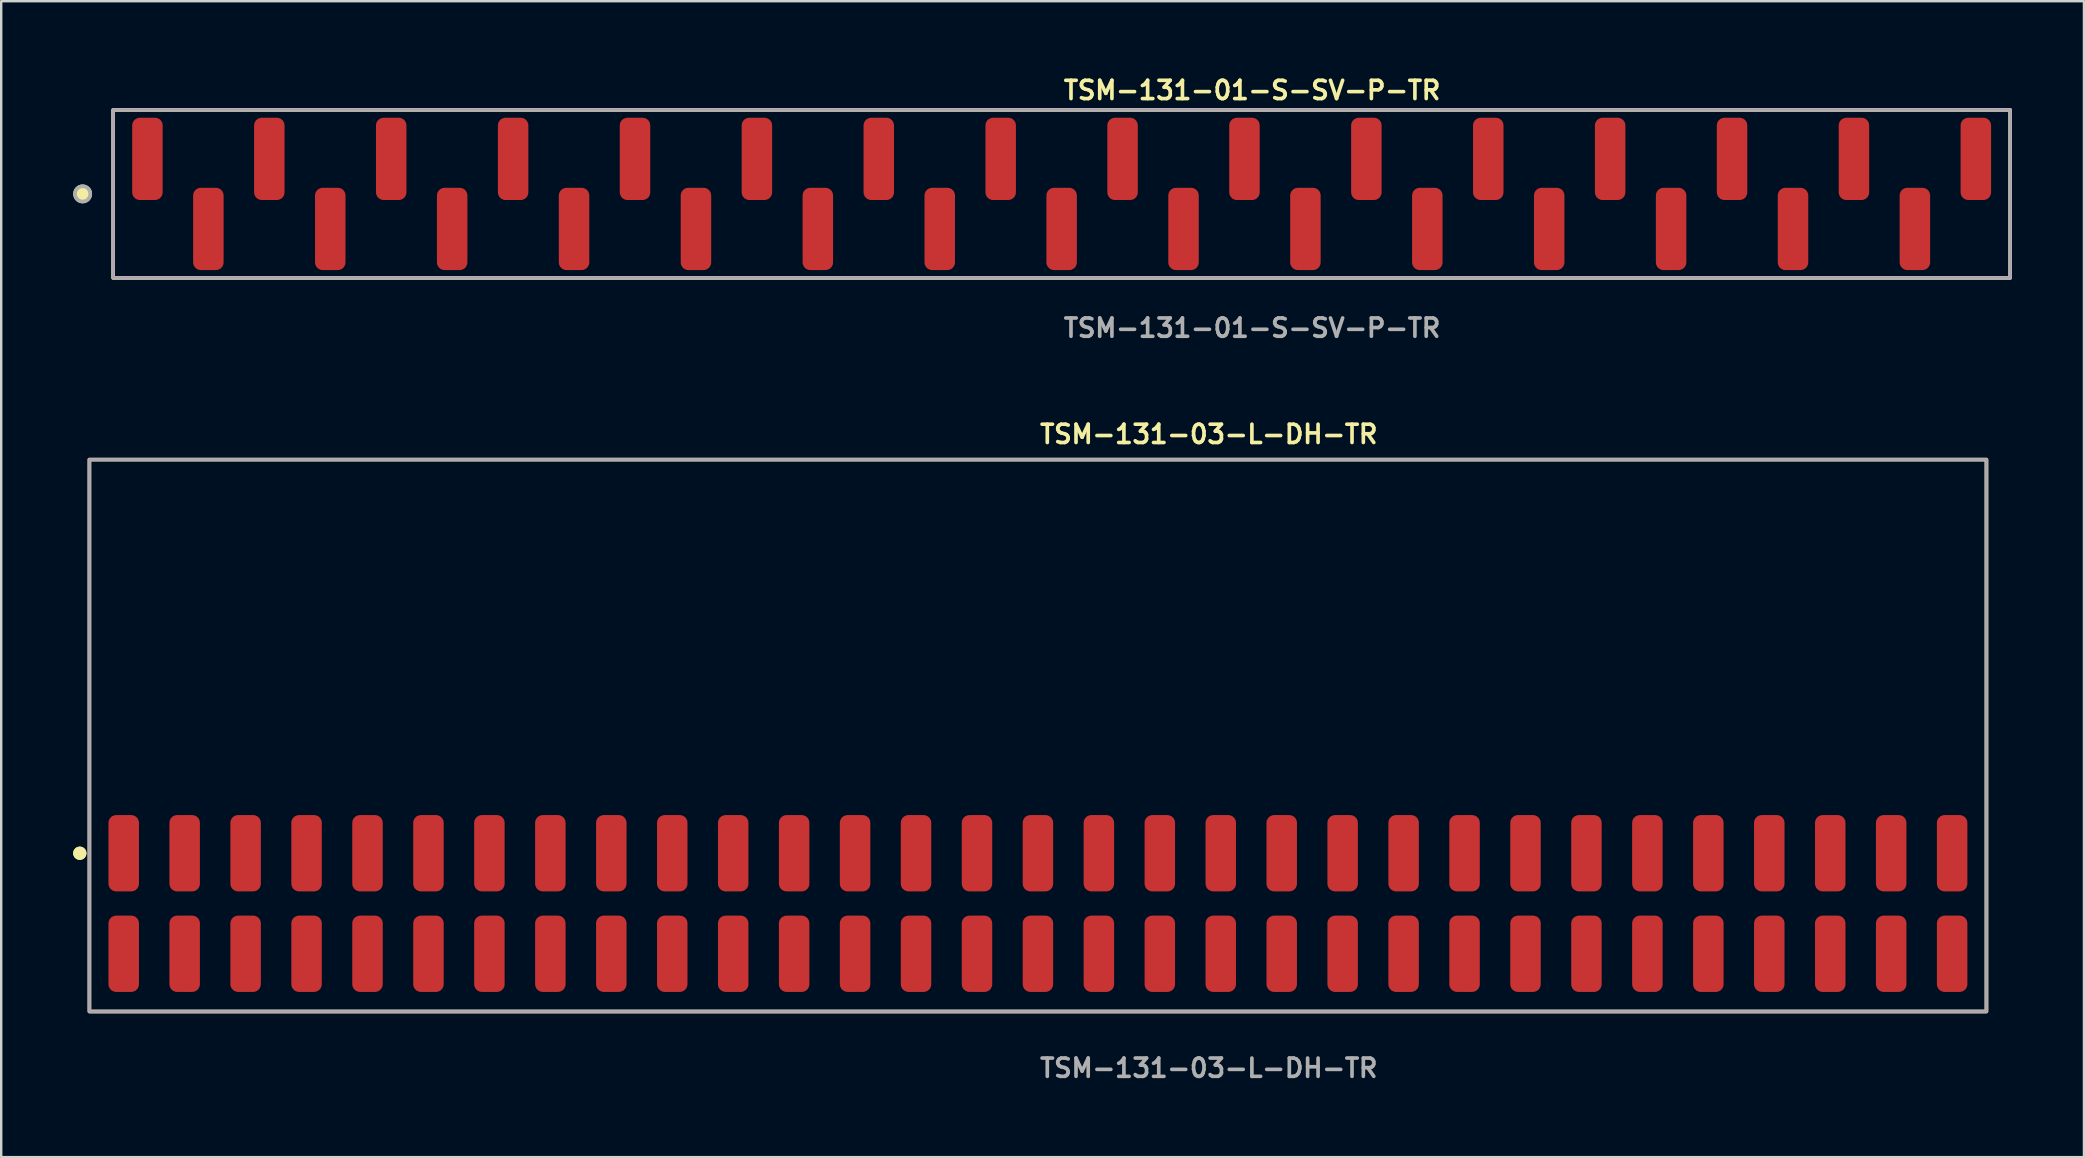
<source format=kicad_pcb>
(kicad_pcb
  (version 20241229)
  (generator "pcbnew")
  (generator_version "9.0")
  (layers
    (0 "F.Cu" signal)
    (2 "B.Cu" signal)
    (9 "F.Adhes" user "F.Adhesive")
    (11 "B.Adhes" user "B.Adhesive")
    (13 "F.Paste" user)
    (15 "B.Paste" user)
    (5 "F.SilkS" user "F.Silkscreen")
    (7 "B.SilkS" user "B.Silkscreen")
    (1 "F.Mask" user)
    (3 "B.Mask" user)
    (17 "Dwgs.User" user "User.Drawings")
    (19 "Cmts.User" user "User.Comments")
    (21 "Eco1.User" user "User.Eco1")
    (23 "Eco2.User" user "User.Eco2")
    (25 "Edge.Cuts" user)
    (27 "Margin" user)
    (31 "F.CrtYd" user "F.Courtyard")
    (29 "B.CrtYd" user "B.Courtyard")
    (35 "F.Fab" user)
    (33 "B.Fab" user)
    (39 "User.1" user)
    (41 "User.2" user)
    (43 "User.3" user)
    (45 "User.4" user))
  (footprint "TSM-131-01-S-SV-P-TR"
    (layer "F.Cu")
    (at 41.194 5.031)
    (property "Reference" "TSM-131-01-S-SV-P-TR" (at 0 -4.318 0) (unlocked yes) (layer "F.SilkS") (effects (font (size 0.762 0.762) (thickness 0.152)) (justify left)))
    (fp_rect (start -39.53 3.5) (end 39.53 -3.5) (stroke (width 0.152) (type solid)) (fill no) (layer "F.SilkS"))
    (fp_circle (center -40.8 0) (end -41.117 0) (stroke (width 0.152) (type solid)) (fill yes) (layer "F.SilkS"))
    (fp_rect (start -39.53 3.5) (end 39.53 -3.5) (stroke (width 0.006) (type solid)) (fill no) (layer "F.CrtYd"))
    (fp_rect (start -39.53 3.5) (end 39.53 -3.5) (stroke (width 0.152) (type solid)) (fill no) (layer "F.Fab"))
    (fp_circle (center -40.8 0) (end -41.117 0) (stroke (width 0.152) (type solid)) (fill no) (layer "F.Fab"))
    (fp_text user "${REFERENCE}" (at 0 5.588 0) (unlocked yes) (layer "F.Fab") (effects (font (size 0.762 0.762) (thickness 0.152)) (justify left)))
    (pad "1" smd roundrect (at -38.1 -1.46) (size 1.27 3.43) (layers "F.Cu" "F.Paste") (roundrect_rratio 0.25))
    (pad "2" smd roundrect (at -35.56 1.46) (size 1.27 3.43) (layers "F.Cu" "F.Paste") (roundrect_rratio 0.25))
    (pad "3" smd roundrect (at -33.02 -1.46) (size 1.27 3.43) (layers "F.Cu" "F.Paste") (roundrect_rratio 0.25))
    (pad "4" smd roundrect (at -30.48 1.46) (size 1.27 3.43) (layers "F.Cu" "F.Paste") (roundrect_rratio 0.25))
    (pad "5" smd roundrect (at -27.94 -1.46) (size 1.27 3.43) (layers "F.Cu" "F.Paste") (roundrect_rratio 0.25))
    (pad "6" smd roundrect (at -25.4 1.46) (size 1.27 3.43) (layers "F.Cu" "F.Paste") (roundrect_rratio 0.25))
    (pad "7" smd roundrect (at -22.86 -1.46) (size 1.27 3.43) (layers "F.Cu" "F.Paste") (roundrect_rratio 0.25))
    (pad "8" smd roundrect (at -20.32 1.46) (size 1.27 3.43) (layers "F.Cu" "F.Paste") (roundrect_rratio 0.25))
    (pad "9" smd roundrect (at -17.78 -1.46) (size 1.27 3.43) (layers "F.Cu" "F.Paste") (roundrect_rratio 0.25))
    (pad "10" smd roundrect (at -15.24 1.46) (size 1.27 3.43) (layers "F.Cu" "F.Paste") (roundrect_rratio 0.25))
    (pad "11" smd roundrect (at -12.7 -1.46) (size 1.27 3.43) (layers "F.Cu" "F.Paste") (roundrect_rratio 0.25))
    (pad "12" smd roundrect (at -10.16 1.46) (size 1.27 3.43) (layers "F.Cu" "F.Paste") (roundrect_rratio 0.25))
    (pad "13" smd roundrect (at -7.62 -1.46) (size 1.27 3.43) (layers "F.Cu" "F.Paste") (roundrect_rratio 0.25))
    (pad "14" smd roundrect (at -5.08 1.46) (size 1.27 3.43) (layers "F.Cu" "F.Paste") (roundrect_rratio 0.25))
    (pad "15" smd roundrect (at -2.54 -1.46) (size 1.27 3.43) (layers "F.Cu" "F.Paste") (roundrect_rratio 0.25))
    (pad "16" smd roundrect (at 0 1.46) (size 1.27 3.43) (layers "F.Cu" "F.Paste") (roundrect_rratio 0.25))
    (pad "17" smd roundrect (at 2.54 -1.46) (size 1.27 3.43) (layers "F.Cu" "F.Paste") (roundrect_rratio 0.25))
    (pad "18" smd roundrect (at 5.08 1.46) (size 1.27 3.43) (layers "F.Cu" "F.Paste") (roundrect_rratio 0.25))
    (pad "19" smd roundrect (at 7.62 -1.46) (size 1.27 3.43) (layers "F.Cu" "F.Paste") (roundrect_rratio 0.25))
    (pad "20" smd roundrect (at 10.16 1.46) (size 1.27 3.43) (layers "F.Cu" "F.Paste") (roundrect_rratio 0.25))
    (pad "21" smd roundrect (at 12.7 -1.46) (size 1.27 3.43) (layers "F.Cu" "F.Paste") (roundrect_rratio 0.25))
    (pad "22" smd roundrect (at 15.24 1.46) (size 1.27 3.43) (layers "F.Cu" "F.Paste") (roundrect_rratio 0.25))
    (pad "23" smd roundrect (at 17.78 -1.46) (size 1.27 3.43) (layers "F.Cu" "F.Paste") (roundrect_rratio 0.25))
    (pad "24" smd roundrect (at 20.32 1.46) (size 1.27 3.43) (layers "F.Cu" "F.Paste") (roundrect_rratio 0.25))
    (pad "25" smd roundrect (at 22.86 -1.46) (size 1.27 3.43) (layers "F.Cu" "F.Paste") (roundrect_rratio 0.25))
    (pad "26" smd roundrect (at 25.4 1.46) (size 1.27 3.43) (layers "F.Cu" "F.Paste") (roundrect_rratio 0.25))
    (pad "27" smd roundrect (at 27.94 -1.46) (size 1.27 3.43) (layers "F.Cu" "F.Paste") (roundrect_rratio 0.25))
    (pad "28" smd roundrect (at 30.48 1.46) (size 1.27 3.43) (layers "F.Cu" "F.Paste") (roundrect_rratio 0.25))
    (pad "29" smd roundrect (at 33.02 -1.46) (size 1.27 3.43) (layers "F.Cu" "F.Paste") (roundrect_rratio 0.25))
    (pad "30" smd roundrect (at 35.56 1.46) (size 1.27 3.43) (layers "F.Cu" "F.Paste") (roundrect_rratio 0.25))
    (pad "31" smd roundrect (at 38.1 -1.46) (size 1.27 3.43) (layers "F.Cu" "F.Paste") (roundrect_rratio 0.25)))
  (footprint "TSM-131-03-L-DH-TR"
    (layer "F.Cu")
    (at 40.206 34.604)
    (property "Reference" "TSM-131-03-L-DH-TR" (at 0 -19.558 0) (unlocked yes) (layer "F.SilkS") (effects (font (size 0.762 0.762) (thickness 0.152)) (justify left)))
    (fp_rect (start -39.53 4.5) (end 39.53 -18.5) (stroke (width 0.152) (type solid)) (fill no) (layer "F.SilkS"))
    (fp_circle (center -39.93 -2.095) (end -40.13 -2.095) (stroke (width 0.152) (type solid)) (fill yes) (layer "F.SilkS"))
    (fp_circle (center -39.93 -2.095) (end -40.13 -2.095) (stroke (width 0.152) (type solid)) (fill yes) (layer "F.SilkS"))
    (fp_rect (start -39.53 4.5) (end 39.53 -18.5) (stroke (width 0.006) (type solid)) (fill no) (layer "F.CrtYd"))
    (fp_rect (start -39.53 4.5) (end 39.53 -18.5) (stroke (width 0.152) (type solid)) (fill no) (layer "F.Fab"))
    (fp_text user "${REFERENCE}" (at 0 6.858 0) (unlocked yes) (layer "F.Fab") (effects (font (size 0.762 0.762) (thickness 0.152)) (justify left)))
    (pad "1" smd roundrect (at -38.1 2.095) (size 1.27 3.18) (layers "F.Cu" "F.Paste") (roundrect_rratio 0.25))
    (pad "2" smd roundrect (at -38.1 -2.095) (size 1.27 3.18) (layers "F.Cu" "F.Paste") (roundrect_rratio 0.25))
    (pad "3" smd roundrect (at -35.56 2.095) (size 1.27 3.18) (layers "F.Cu" "F.Paste") (roundrect_rratio 0.25))
    (pad "4" smd roundrect (at -35.56 -2.095) (size 1.27 3.18) (layers "F.Cu" "F.Paste") (roundrect_rratio 0.25))
    (pad "5" smd roundrect (at -33.02 2.095) (size 1.27 3.18) (layers "F.Cu" "F.Paste") (roundrect_rratio 0.25))
    (pad "6" smd roundrect (at -33.02 -2.095) (size 1.27 3.18) (layers "F.Cu" "F.Paste") (roundrect_rratio 0.25))
    (pad "7" smd roundrect (at -30.48 2.095) (size 1.27 3.18) (layers "F.Cu" "F.Paste") (roundrect_rratio 0.25))
    (pad "8" smd roundrect (at -30.48 -2.095) (size 1.27 3.18) (layers "F.Cu" "F.Paste") (roundrect_rratio 0.25))
    (pad "9" smd roundrect (at -27.94 2.095) (size 1.27 3.18) (layers "F.Cu" "F.Paste") (roundrect_rratio 0.25))
    (pad "10" smd roundrect (at -27.94 -2.095) (size 1.27 3.18) (layers "F.Cu" "F.Paste") (roundrect_rratio 0.25))
    (pad "11" smd roundrect (at -25.4 2.095) (size 1.27 3.18) (layers "F.Cu" "F.Paste") (roundrect_rratio 0.25))
    (pad "12" smd roundrect (at -25.4 -2.095) (size 1.27 3.18) (layers "F.Cu" "F.Paste") (roundrect_rratio 0.25))
    (pad "13" smd roundrect (at -22.86 2.095) (size 1.27 3.18) (layers "F.Cu" "F.Paste") (roundrect_rratio 0.25))
    (pad "14" smd roundrect (at -22.86 -2.095) (size 1.27 3.18) (layers "F.Cu" "F.Paste") (roundrect_rratio 0.25))
    (pad "15" smd roundrect (at -20.32 2.095) (size 1.27 3.18) (layers "F.Cu" "F.Paste") (roundrect_rratio 0.25))
    (pad "16" smd roundrect (at -20.32 -2.095) (size 1.27 3.18) (layers "F.Cu" "F.Paste") (roundrect_rratio 0.25))
    (pad "17" smd roundrect (at -17.78 2.095) (size 1.27 3.18) (layers "F.Cu" "F.Paste") (roundrect_rratio 0.25))
    (pad "18" smd roundrect (at -17.78 -2.095) (size 1.27 3.18) (layers "F.Cu" "F.Paste") (roundrect_rratio 0.25))
    (pad "19" smd roundrect (at -15.24 2.095) (size 1.27 3.18) (layers "F.Cu" "F.Paste") (roundrect_rratio 0.25))
    (pad "20" smd roundrect (at -15.24 -2.095) (size 1.27 3.18) (layers "F.Cu" "F.Paste") (roundrect_rratio 0.25))
    (pad "21" smd roundrect (at -12.7 2.095) (size 1.27 3.18) (layers "F.Cu" "F.Paste") (roundrect_rratio 0.25))
    (pad "22" smd roundrect (at -12.7 -2.095) (size 1.27 3.18) (layers "F.Cu" "F.Paste") (roundrect_rratio 0.25))
    (pad "23" smd roundrect (at -10.16 2.095) (size 1.27 3.18) (layers "F.Cu" "F.Paste") (roundrect_rratio 0.25))
    (pad "24" smd roundrect (at -10.16 -2.095) (size 1.27 3.18) (layers "F.Cu" "F.Paste") (roundrect_rratio 0.25))
    (pad "25" smd roundrect (at -7.62 2.095) (size 1.27 3.18) (layers "F.Cu" "F.Paste") (roundrect_rratio 0.25))
    (pad "26" smd roundrect (at -7.62 -2.095) (size 1.27 3.18) (layers "F.Cu" "F.Paste") (roundrect_rratio 0.25))
    (pad "27" smd roundrect (at -5.08 2.095) (size 1.27 3.18) (layers "F.Cu" "F.Paste") (roundrect_rratio 0.25))
    (pad "28" smd roundrect (at -5.08 -2.095) (size 1.27 3.18) (layers "F.Cu" "F.Paste") (roundrect_rratio 0.25))
    (pad "29" smd roundrect (at -2.54 2.095) (size 1.27 3.18) (layers "F.Cu" "F.Paste") (roundrect_rratio 0.25))
    (pad "30" smd roundrect (at -2.54 -2.095) (size 1.27 3.18) (layers "F.Cu" "F.Paste") (roundrect_rratio 0.25))
    (pad "31" smd roundrect (at 0 2.095) (size 1.27 3.18) (layers "F.Cu" "F.Paste") (roundrect_rratio 0.25))
    (pad "32" smd roundrect (at 0 -2.095) (size 1.27 3.18) (layers "F.Cu" "F.Paste") (roundrect_rratio 0.25))
    (pad "33" smd roundrect (at 2.54 2.095) (size 1.27 3.18) (layers "F.Cu" "F.Paste") (roundrect_rratio 0.25))
    (pad "34" smd roundrect (at 2.54 -2.095) (size 1.27 3.18) (layers "F.Cu" "F.Paste") (roundrect_rratio 0.25))
    (pad "35" smd roundrect (at 5.08 2.095) (size 1.27 3.18) (layers "F.Cu" "F.Paste") (roundrect_rratio 0.25))
    (pad "36" smd roundrect (at 5.08 -2.095) (size 1.27 3.18) (layers "F.Cu" "F.Paste") (roundrect_rratio 0.25))
    (pad "37" smd roundrect (at 7.62 2.095) (size 1.27 3.18) (layers "F.Cu" "F.Paste") (roundrect_rratio 0.25))
    (pad "38" smd roundrect (at 7.62 -2.095) (size 1.27 3.18) (layers "F.Cu" "F.Paste") (roundrect_rratio 0.25))
    (pad "39" smd roundrect (at 10.16 2.095) (size 1.27 3.18) (layers "F.Cu" "F.Paste") (roundrect_rratio 0.25))
    (pad "40" smd roundrect (at 10.16 -2.095) (size 1.27 3.18) (layers "F.Cu" "F.Paste") (roundrect_rratio 0.25))
    (pad "41" smd roundrect (at 12.7 2.095) (size 1.27 3.18) (layers "F.Cu" "F.Paste") (roundrect_rratio 0.25))
    (pad "42" smd roundrect (at 12.7 -2.095) (size 1.27 3.18) (layers "F.Cu" "F.Paste") (roundrect_rratio 0.25))
    (pad "43" smd roundrect (at 15.24 2.095) (size 1.27 3.18) (layers "F.Cu" "F.Paste") (roundrect_rratio 0.25))
    (pad "44" smd roundrect (at 15.24 -2.095) (size 1.27 3.18) (layers "F.Cu" "F.Paste") (roundrect_rratio 0.25))
    (pad "45" smd roundrect (at 17.78 2.095) (size 1.27 3.18) (layers "F.Cu" "F.Paste") (roundrect_rratio 0.25))
    (pad "46" smd roundrect (at 17.78 -2.095) (size 1.27 3.18) (layers "F.Cu" "F.Paste") (roundrect_rratio 0.25))
    (pad "47" smd roundrect (at 20.32 2.095) (size 1.27 3.18) (layers "F.Cu" "F.Paste") (roundrect_rratio 0.25))
    (pad "48" smd roundrect (at 20.32 -2.095) (size 1.27 3.18) (layers "F.Cu" "F.Paste") (roundrect_rratio 0.25))
    (pad "49" smd roundrect (at 22.86 2.095) (size 1.27 3.18) (layers "F.Cu" "F.Paste") (roundrect_rratio 0.25))
    (pad "50" smd roundrect (at 22.86 -2.095) (size 1.27 3.18) (layers "F.Cu" "F.Paste") (roundrect_rratio 0.25))
    (pad "51" smd roundrect (at 25.4 2.095) (size 1.27 3.18) (layers "F.Cu" "F.Paste") (roundrect_rratio 0.25))
    (pad "52" smd roundrect (at 25.4 -2.095) (size 1.27 3.18) (layers "F.Cu" "F.Paste") (roundrect_rratio 0.25))
    (pad "53" smd roundrect (at 27.94 2.095) (size 1.27 3.18) (layers "F.Cu" "F.Paste") (roundrect_rratio 0.25))
    (pad "54" smd roundrect (at 27.94 -2.095) (size 1.27 3.18) (layers "F.Cu" "F.Paste") (roundrect_rratio 0.25))
    (pad "55" smd roundrect (at 30.48 2.095) (size 1.27 3.18) (layers "F.Cu" "F.Paste") (roundrect_rratio 0.25))
    (pad "56" smd roundrect (at 30.48 -2.095) (size 1.27 3.18) (layers "F.Cu" "F.Paste") (roundrect_rratio 0.25))
    (pad "57" smd roundrect (at 33.02 2.095) (size 1.27 3.18) (layers "F.Cu" "F.Paste") (roundrect_rratio 0.25))
    (pad "58" smd roundrect (at 33.02 -2.095) (size 1.27 3.18) (layers "F.Cu" "F.Paste") (roundrect_rratio 0.25))
    (pad "59" smd roundrect (at 35.56 2.095) (size 1.27 3.18) (layers "F.Cu" "F.Paste") (roundrect_rratio 0.25))
    (pad "60" smd roundrect (at 35.56 -2.095) (size 1.27 3.18) (layers "F.Cu" "F.Paste") (roundrect_rratio 0.25))
    (pad "61" smd roundrect (at 38.1 2.095) (size 1.27 3.18) (layers "F.Cu" "F.Paste") (roundrect_rratio 0.25))
    (pad "62" smd roundrect (at 38.1 -2.095) (size 1.27 3.18) (layers "F.Cu" "F.Paste") (roundrect_rratio 0.25)))
  (gr_rect
    (start -3 -3)
    (end 83.8 45.175)
    (stroke (width 0.1) (type default))
    (fill no)
    (layer "Edge.Cuts")))
</source>
